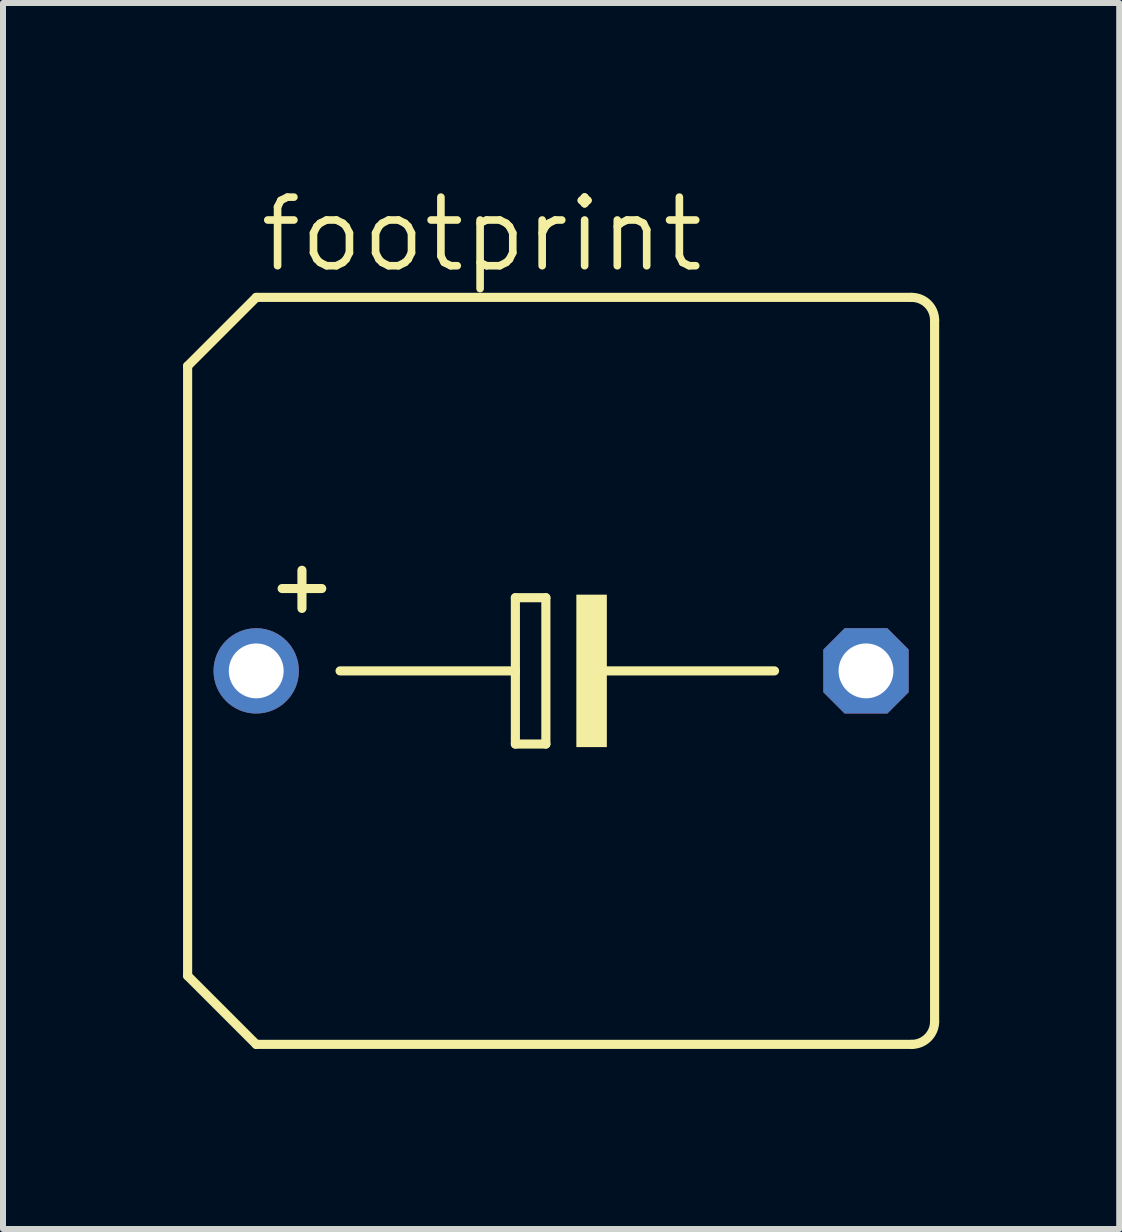
<source format=kicad_pcb>
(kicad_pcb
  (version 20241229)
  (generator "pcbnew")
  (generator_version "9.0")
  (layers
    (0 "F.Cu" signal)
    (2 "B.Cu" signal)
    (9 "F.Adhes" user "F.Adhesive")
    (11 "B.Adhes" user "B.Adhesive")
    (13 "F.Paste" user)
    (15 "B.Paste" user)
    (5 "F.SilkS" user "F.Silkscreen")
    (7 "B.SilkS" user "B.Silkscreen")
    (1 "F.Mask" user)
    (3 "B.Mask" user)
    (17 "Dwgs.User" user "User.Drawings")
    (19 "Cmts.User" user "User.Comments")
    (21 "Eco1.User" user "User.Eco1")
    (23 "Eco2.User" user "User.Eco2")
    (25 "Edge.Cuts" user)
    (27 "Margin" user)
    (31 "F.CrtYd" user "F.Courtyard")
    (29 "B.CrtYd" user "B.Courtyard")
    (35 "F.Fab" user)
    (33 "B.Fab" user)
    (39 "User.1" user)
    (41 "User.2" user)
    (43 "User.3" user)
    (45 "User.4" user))
  (footprint "footprint"
    (layer "F.Cu")
    (at 6.299 8.128)
    (property "Reference" "footprint" (at -5.08 -6.604 0) (layer "F.SilkS") (effects (font (size 1.143 1.143) (thickness 0.127)) (justify left bottom)))
    (fp_line (start -6.223 -5.08) (end -6.223 5.08) (stroke (width 0.152) (type solid)) (layer "F.SilkS"))
    (fp_line (start -6.223 -5.08) (end -5.08 -6.223) (stroke (width 0.152) (type solid)) (layer "F.SilkS"))
    (fp_line (start -5.08 6.223) (end -6.223 5.08) (stroke (width 0.152) (type solid)) (layer "F.SilkS"))
    (fp_line (start -5.08 6.223) (end 5.842 6.223) (stroke (width 0.152) (type solid)) (layer "F.SilkS"))
    (fp_line (start -4.318 -1.676) (end -4.318 -1.041) (stroke (width 0.152) (type solid)) (layer "F.SilkS"))
    (fp_line (start -3.988 -1.372) (end -4.648 -1.372) (stroke (width 0.152) (type solid)) (layer "F.SilkS"))
    (fp_line (start -3.683 0) (end -0.762 0) (stroke (width 0.152) (type solid)) (layer "F.SilkS"))
    (fp_line (start -0.762 -1.219) (end -0.762 0) (stroke (width 0.152) (type solid)) (layer "F.SilkS"))
    (fp_line (start -0.762 0) (end -0.762 1.219) (stroke (width 0.152) (type solid)) (layer "F.SilkS"))
    (fp_line (start -0.762 1.219) (end -0.254 1.219) (stroke (width 0.152) (type solid)) (layer "F.SilkS"))
    (fp_line (start -0.254 -1.219) (end -0.762 -1.219) (stroke (width 0.152) (type solid)) (layer "F.SilkS"))
    (fp_line (start -0.254 1.219) (end -0.254 -1.219) (stroke (width 0.152) (type solid)) (layer "F.SilkS"))
    (fp_line (start 0.635 0) (end 3.556 0) (stroke (width 0.152) (type solid)) (layer "F.SilkS"))
    (fp_line (start 5.842 -6.223) (end -5.08 -6.223) (stroke (width 0.152) (type solid)) (layer "F.SilkS"))
    (fp_line (start 6.223 -5.842) (end 6.223 5.842) (stroke (width 0.152) (type solid)) (layer "F.SilkS"))
    (fp_arc (start 5.842 -6.223) (mid 6.111408 -6.111408) (end 6.223 -5.842) (stroke (width 0.1524) (type solid)) (layer "F.SilkS"))
    (fp_arc (start 6.223 5.842) (mid 6.111408 6.111408) (end 5.842 6.223) (stroke (width 0.1524) (type solid)) (layer "F.SilkS"))
    (fp_poly (pts (xy 0.254 1.27) (xy 0.762 1.27) (xy 0.762 -1.27) (xy 0.254 -1.27)) (stroke (width 0) (type solid)) (fill yes) (layer "F.SilkS"))
    (pad "+" thru_hole circle (at -5.08 0) (size 1.422 1.422) (drill 0.914) (layers "*.Cu" "*.Mask"))
    (pad "-" thru_hole roundrect (at 5.08 0) (size 1.422 1.422) (drill 0.914) (layers "*.Cu" "*.Mask") (roundrect_rratio 0.25) (chamfer_ratio 0.25) (chamfer top_left top_right bottom_left bottom_right)))
  (gr_rect
    (start -3 -3)
    (end 15.598 17.427)
    (stroke (width 0.1) (type default))
    (fill no)
    (layer "Edge.Cuts")))
</source>
